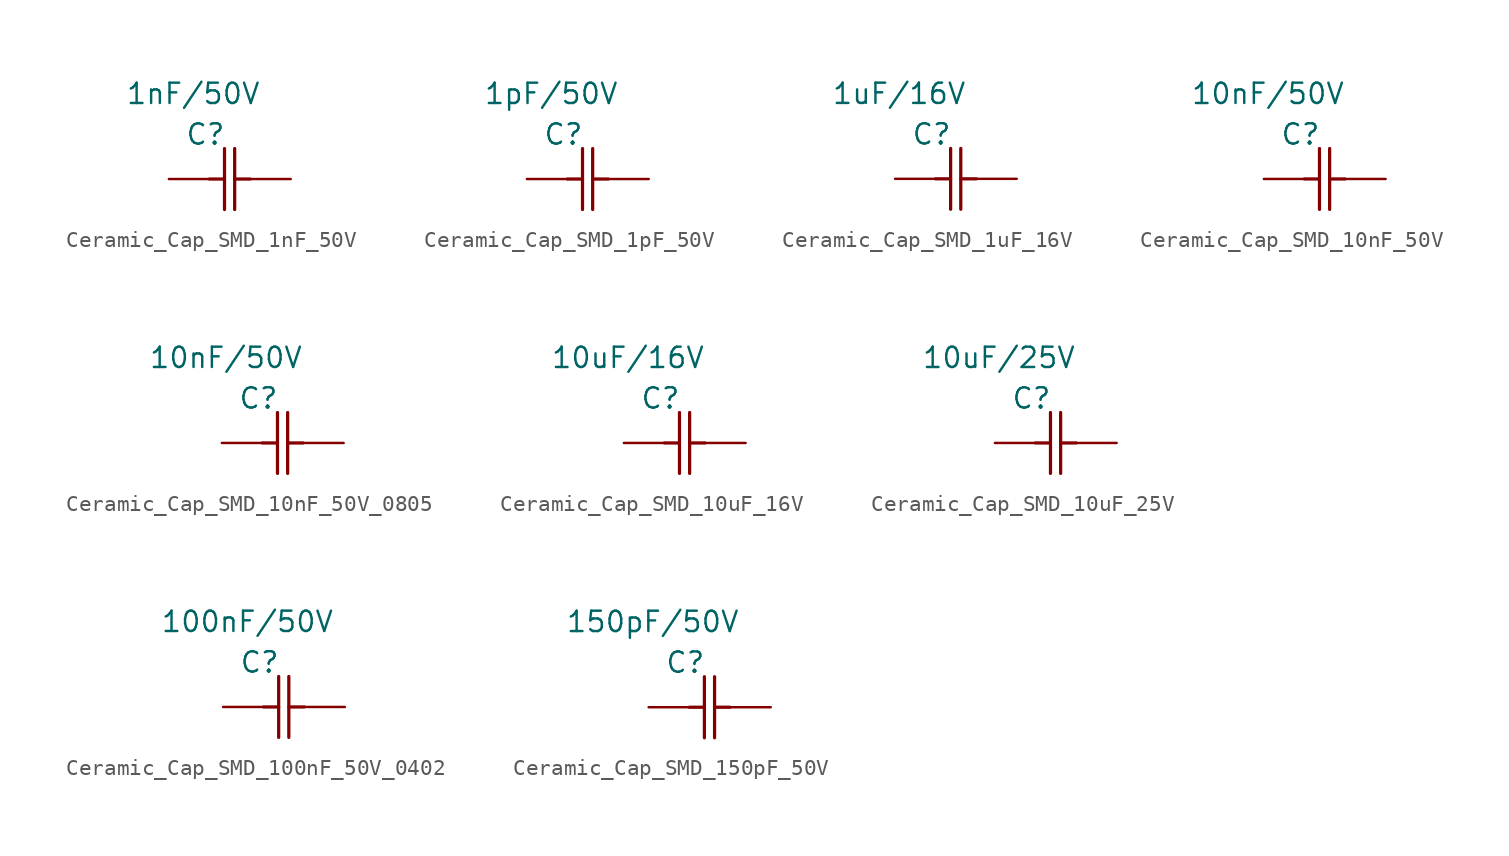
<source format=kicad_sym>
(kicad_symbol_lib
  (version 20231120)
  (generator "kicad_symbol_editor")
  (generator_version "8.0")
  (symbol "Ceramic_Cap_SMD_1nF_50V"
    (pin_numbers hide)
    (pin_names hide)
    (property "Reference" "C"
      (at 1.016 2.794 0)
      (effects (font (size 1.27 1.27))))
    (property "Value" "1nF/50V"
      (at 0.254 5.334 0)
      (effects (font (size 1.27 1.27))))
    (symbol "Ceramic_Cap_SMD_1nF_50V_1_1"
      (polyline (pts (xy 1.27 0) (xy 2.21 0)) (stroke (width 0.203) (type default)) (fill (type none)))
      (polyline (pts (xy 2.21 -1.905) (xy 2.21 1.905)) (stroke (width 0.203) (type default)) (fill (type none)))
      (polyline (pts (xy 2.845 -1.905) (xy 2.845 1.905)) (stroke (width 0.203) (type default)) (fill (type none)))
      (polyline (pts (xy 2.845 0) (xy 3.81 0)) (stroke (width 0.203) (type default)) (fill (type none)))
      (pin unspecified line (at -1.27 0 0) (length 2.54) (name "" (effects (font (size 1.27 1.27)))) (number "1" (effects (font (size 1.27 1.27)))))
      (pin unspecified line (at 6.35 0 180) (length 2.54) (name "" (effects (font (size 1.27 1.27)))) (number "2" (effects (font (size 1.27 1.27)))))))
  (symbol "Ceramic_Cap_SMD_1pF_50V"
    (pin_numbers hide)
    (pin_names hide)
    (property "Reference" "C"
      (at 1.016 2.794 0)
      (effects (font (size 1.27 1.27))))
    (property "Value" "1pF/50V"
      (at 0.254 5.334 0)
      (effects (font (size 1.27 1.27))))
    (symbol "Ceramic_Cap_SMD_1pF_50V_1_1"
      (polyline (pts (xy 1.27 0) (xy 2.21 0)) (stroke (width 0.203) (type default)) (fill (type none)))
      (polyline (pts (xy 2.21 -1.905) (xy 2.21 1.905)) (stroke (width 0.203) (type default)) (fill (type none)))
      (polyline (pts (xy 2.845 -1.905) (xy 2.845 1.905)) (stroke (width 0.203) (type default)) (fill (type none)))
      (polyline (pts (xy 2.845 0) (xy 3.81 0)) (stroke (width 0.203) (type default)) (fill (type none)))
      (pin unspecified line (at -1.27 0 0) (length 2.54) (name "" (effects (font (size 1.27 1.27)))) (number "1" (effects (font (size 1.27 1.27)))))
      (pin unspecified line (at 6.35 0 180) (length 2.54) (name "" (effects (font (size 1.27 1.27)))) (number "2" (effects (font (size 1.27 1.27)))))))
  (symbol "Ceramic_Cap_SMD_1uF_16V"
    (pin_numbers hide)
    (pin_names hide)
    (property "Reference" "C"
      (at 2.286 2.794 0)
      (effects (font (size 1.27 1.27))))
    (property "Value" "1uF/16V"
      (at 0.254 5.334 0)
      (effects (font (size 1.27 1.27))))
    (symbol "Ceramic_Cap_SMD_1uF_16V_1_1"
      (polyline (pts (xy 2.54 0) (xy 3.48 0)) (stroke (width 0.203) (type default)) (fill (type none)))
      (polyline (pts (xy 3.48 -1.905) (xy 3.48 1.905)) (stroke (width 0.203) (type default)) (fill (type none)))
      (polyline (pts (xy 4.115 -1.905) (xy 4.115 1.905)) (stroke (width 0.203) (type default)) (fill (type none)))
      (polyline (pts (xy 4.115 0) (xy 5.08 0)) (stroke (width 0.203) (type default)) (fill (type none)))
      (pin unspecified line (at 0 0 0) (length 2.54) (name "" (effects (font (size 1.27 1.27)))) (number "1" (effects (font (size 1.27 1.27)))))
      (pin unspecified line (at 7.62 0 180) (length 2.54) (name "" (effects (font (size 1.27 1.27)))) (number "2" (effects (font (size 1.27 1.27)))))))
  (symbol "Ceramic_Cap_SMD_10nF_50V"
    (pin_numbers hide)
    (pin_names hide)
    (property "Reference" "C"
      (at 2.286 2.794 0)
      (effects (font (size 1.27 1.27))))
    (property "Value" "10nF/50V"
      (at 0.254 5.334 0)
      (effects (font (size 1.27 1.27))))
    (symbol "Ceramic_Cap_SMD_10nF_50V_1_1"
      (polyline (pts (xy 2.54 0) (xy 3.48 0)) (stroke (width 0.203) (type default)) (fill (type none)))
      (polyline (pts (xy 3.48 -1.905) (xy 3.48 1.905)) (stroke (width 0.203) (type default)) (fill (type none)))
      (polyline (pts (xy 4.115 -1.905) (xy 4.115 1.905)) (stroke (width 0.203) (type default)) (fill (type none)))
      (polyline (pts (xy 4.115 0) (xy 5.08 0)) (stroke (width 0.203) (type default)) (fill (type none)))
      (pin unspecified line (at 0 0 0) (length 2.54) (name "" (effects (font (size 1.27 1.27)))) (number "1" (effects (font (size 1.27 1.27)))))
      (pin unspecified line (at 7.62 0 180) (length 2.54) (name "" (effects (font (size 1.27 1.27)))) (number "2" (effects (font (size 1.27 1.27)))))))
  (symbol "Ceramic_Cap_SMD_10nF_50V_0805"
    (pin_numbers hide)
    (pin_names hide)
    (property "Reference" "C"
      (at 2.286 2.794 0)
      (effects (font (size 1.27 1.27))))
    (property "Value" "10nF/50V"
      (at 0.254 5.334 0)
      (effects (font (size 1.27 1.27))))
    (symbol "Ceramic_Cap_SMD_10nF_50V_0805_1_1"
      (polyline (pts (xy 2.54 0) (xy 3.48 0)) (stroke (width 0.203) (type default)) (fill (type none)))
      (polyline (pts (xy 3.48 -1.905) (xy 3.48 1.905)) (stroke (width 0.203) (type default)) (fill (type none)))
      (polyline (pts (xy 4.115 -1.905) (xy 4.115 1.905)) (stroke (width 0.203) (type default)) (fill (type none)))
      (polyline (pts (xy 4.115 0) (xy 5.08 0)) (stroke (width 0.203) (type default)) (fill (type none)))
      (pin unspecified line (at 0 0 0) (length 2.54) (name "" (effects (font (size 1.27 1.27)))) (number "1" (effects (font (size 1.27 1.27)))))
      (pin unspecified line (at 7.62 0 180) (length 2.54) (name "" (effects (font (size 1.27 1.27)))) (number "2" (effects (font (size 1.27 1.27)))))))
  (symbol "Ceramic_Cap_SMD_10uF_16V"
    (pin_numbers hide)
    (pin_names hide)
    (property "Reference" "C"
      (at 2.286 2.794 0)
      (effects (font (size 1.27 1.27))))
    (property "Value" "10uF/16V"
      (at 0.254 5.334 0)
      (effects (font (size 1.27 1.27))))
    (symbol "Ceramic_Cap_SMD_10uF_16V_1_1"
      (polyline (pts (xy 2.54 0) (xy 3.48 0)) (stroke (width 0.203) (type default)) (fill (type none)))
      (polyline (pts (xy 3.48 -1.905) (xy 3.48 1.905)) (stroke (width 0.203) (type default)) (fill (type none)))
      (polyline (pts (xy 4.115 -1.905) (xy 4.115 1.905)) (stroke (width 0.203) (type default)) (fill (type none)))
      (polyline (pts (xy 4.115 0) (xy 5.08 0)) (stroke (width 0.203) (type default)) (fill (type none)))
      (pin unspecified line (at 0 0 0) (length 2.54) (name "" (effects (font (size 1.27 1.27)))) (number "1" (effects (font (size 1.27 1.27)))))
      (pin unspecified line (at 7.62 0 180) (length 2.54) (name "" (effects (font (size 1.27 1.27)))) (number "2" (effects (font (size 1.27 1.27)))))))
  (symbol "Ceramic_Cap_SMD_10uF_25V"
    (pin_numbers hide)
    (pin_names hide)
    (property "Reference" "C"
      (at 2.286 2.794 0)
      (effects (font (size 1.27 1.27))))
    (property "Value" "10uF/25V"
      (at 0.254 5.334 0)
      (effects (font (size 1.27 1.27))))
    (symbol "Ceramic_Cap_SMD_10uF_25V_1_1"
      (polyline (pts (xy 2.54 0) (xy 3.48 0)) (stroke (width 0.203) (type default)) (fill (type none)))
      (polyline (pts (xy 3.48 -1.905) (xy 3.48 1.905)) (stroke (width 0.203) (type default)) (fill (type none)))
      (polyline (pts (xy 4.115 -1.905) (xy 4.115 1.905)) (stroke (width 0.203) (type default)) (fill (type none)))
      (polyline (pts (xy 4.115 0) (xy 5.08 0)) (stroke (width 0.203) (type default)) (fill (type none)))
      (pin unspecified line (at 0 0 0) (length 2.54) (name "" (effects (font (size 1.27 1.27)))) (number "1" (effects (font (size 1.27 1.27)))))
      (pin unspecified line (at 7.62 0 180) (length 2.54) (name "" (effects (font (size 1.27 1.27)))) (number "2" (effects (font (size 1.27 1.27)))))))
  (symbol "Ceramic_Cap_SMD_100nF_50V_0402"
    (pin_numbers hide)
    (pin_names hide)
    (property "Reference" "C"
      (at 1.016 2.794 0)
      (effects (font (size 1.27 1.27))))
    (property "Value" "100nF/50V"
      (at 0.254 5.334 0)
      (effects (font (size 1.27 1.27))))
    (symbol "Ceramic_Cap_SMD_100nF_50V_0402_1_1"
      (polyline (pts (xy 1.27 0) (xy 2.21 0)) (stroke (width 0.203) (type default)) (fill (type none)))
      (polyline (pts (xy 2.21 -1.905) (xy 2.21 1.905)) (stroke (width 0.203) (type default)) (fill (type none)))
      (polyline (pts (xy 2.845 -1.905) (xy 2.845 1.905)) (stroke (width 0.203) (type default)) (fill (type none)))
      (polyline (pts (xy 2.845 0) (xy 3.81 0)) (stroke (width 0.203) (type default)) (fill (type none)))
      (pin unspecified line (at -1.27 0 0) (length 2.54) (name "" (effects (font (size 1.27 1.27)))) (number "1" (effects (font (size 1.27 1.27)))))
      (pin unspecified line (at 6.35 0 180) (length 2.54) (name "" (effects (font (size 1.27 1.27)))) (number "2" (effects (font (size 1.27 1.27)))))))
  (symbol "Ceramic_Cap_SMD_150pF_50V"
    (pin_numbers hide)
    (pin_names hide)
    (property "Reference" "C"
      (at 2.286 2.794 0)
      (effects (font (size 1.27 1.27))))
    (property "Value" "150pF/50V"
      (at 0.254 5.334 0)
      (effects (font (size 1.27 1.27))))
    (symbol "Ceramic_Cap_SMD_150pF_50V_1_1"
      (polyline (pts (xy 2.54 0) (xy 3.48 0)) (stroke (width 0.203) (type default)) (fill (type none)))
      (polyline (pts (xy 3.48 -1.905) (xy 3.48 1.905)) (stroke (width 0.203) (type default)) (fill (type none)))
      (polyline (pts (xy 4.115 -1.905) (xy 4.115 1.905)) (stroke (width 0.203) (type default)) (fill (type none)))
      (polyline (pts (xy 4.115 0) (xy 5.08 0)) (stroke (width 0.203) (type default)) (fill (type none)))
      (pin unspecified line (at 0 0 0) (length 2.54) (name "" (effects (font (size 1.27 1.27)))) (number "1" (effects (font (size 1.27 1.27)))))
      (pin unspecified line (at 7.62 0 180) (length 2.54) (name "" (effects (font (size 1.27 1.27)))) (number "2" (effects (font (size 1.27 1.27))))))))
</source>
